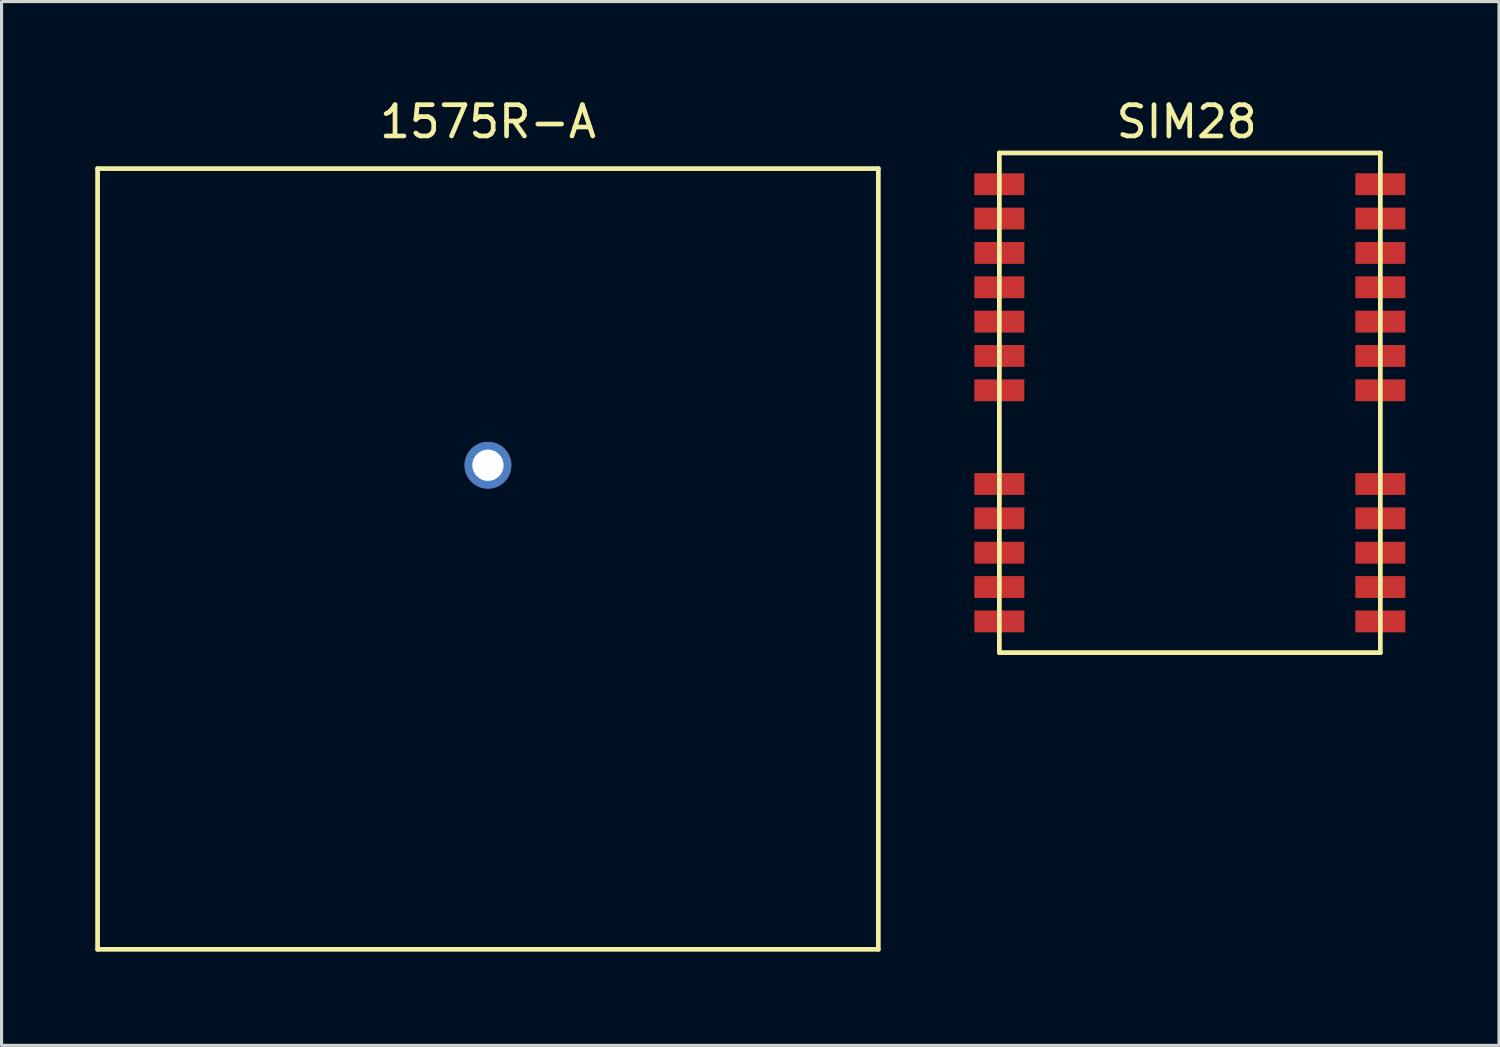
<source format=kicad_pcb>
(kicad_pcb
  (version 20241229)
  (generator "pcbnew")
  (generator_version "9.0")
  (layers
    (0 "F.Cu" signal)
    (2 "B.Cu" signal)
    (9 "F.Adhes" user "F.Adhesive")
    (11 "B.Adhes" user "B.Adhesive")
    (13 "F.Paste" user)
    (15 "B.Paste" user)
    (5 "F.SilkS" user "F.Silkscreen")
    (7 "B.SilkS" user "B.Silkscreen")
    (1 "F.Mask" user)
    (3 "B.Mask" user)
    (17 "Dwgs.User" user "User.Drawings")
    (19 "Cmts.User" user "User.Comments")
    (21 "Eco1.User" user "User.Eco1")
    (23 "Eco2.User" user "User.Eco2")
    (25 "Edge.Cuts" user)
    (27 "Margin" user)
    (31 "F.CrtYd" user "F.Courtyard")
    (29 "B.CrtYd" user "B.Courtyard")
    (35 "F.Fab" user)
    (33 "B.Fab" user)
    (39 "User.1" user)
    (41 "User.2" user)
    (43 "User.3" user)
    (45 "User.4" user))
  (footprint "SIM28"
    (layer "F.Cu")
    (at 28.95 2.848)
    (property "Reference" "SIM28" (at 6 -2 0) (layer "F.SilkS") (effects (font (size 1 1) (thickness 0.15))))
    (attr smd)
    (fp_line (start 0 -1) (end 0 15) (stroke (width 0.15) (type solid)) (layer "F.SilkS"))
    (fp_line (start 0 -1) (end 12.2 -1) (stroke (width 0.15) (type solid)) (layer "F.SilkS"))
    (fp_line (start 0 15) (end 12.2 15) (stroke (width 0.15) (type solid)) (layer "F.SilkS"))
    (fp_line (start 12.2 -1) (end 12.2 15) (stroke (width 0.15) (type solid)) (layer "F.SilkS"))
    (pad "1" smd rect (at 0 0) (size 1.6 0.7) (layers "F.Cu" "F.Mask" "F.Paste"))
    (pad "2" smd rect (at 0 1.1) (size 1.6 0.7) (layers "F.Cu" "F.Mask" "F.Paste"))
    (pad "3" smd rect (at 0 2.2) (size 1.6 0.7) (layers "F.Cu" "F.Mask" "F.Paste"))
    (pad "4" smd rect (at 0 3.3) (size 1.6 0.7) (layers "F.Cu" "F.Mask" "F.Paste"))
    (pad "5" smd rect (at 0 4.4) (size 1.6 0.7) (layers "F.Cu" "F.Mask" "F.Paste"))
    (pad "6" smd rect (at 0 5.5) (size 1.6 0.7) (layers "F.Cu" "F.Mask" "F.Paste"))
    (pad "7" smd rect (at 0 6.6) (size 1.6 0.7) (layers "F.Cu" "F.Mask" "F.Paste"))
    (pad "8" smd rect (at 0 9.6) (size 1.6 0.7) (layers "F.Cu" "F.Mask" "F.Paste"))
    (pad "9" smd rect (at 0 10.7) (size 1.6 0.7) (layers "F.Cu" "F.Mask" "F.Paste"))
    (pad "10" smd rect (at 0 11.8) (size 1.6 0.7) (layers "F.Cu" "F.Mask" "F.Paste"))
    (pad "11" smd rect (at 0 12.9) (size 1.6 0.7) (layers "F.Cu" "F.Mask" "F.Paste"))
    (pad "12" smd rect (at 0 14) (size 1.6 0.7) (layers "F.Cu" "F.Mask" "F.Paste"))
    (pad "13" smd rect (at 12.2 14) (size 1.6 0.7) (layers "F.Cu" "F.Mask" "F.Paste"))
    (pad "14" smd rect (at 12.2 12.9) (size 1.6 0.7) (layers "F.Cu" "F.Mask" "F.Paste"))
    (pad "15" smd rect (at 12.2 11.8) (size 1.6 0.7) (layers "F.Cu" "F.Mask" "F.Paste"))
    (pad "16" smd rect (at 12.2 10.7) (size 1.6 0.7) (layers "F.Cu" "F.Mask" "F.Paste"))
    (pad "17" smd rect (at 12.2 9.6) (size 1.6 0.7) (layers "F.Cu" "F.Mask" "F.Paste"))
    (pad "18" smd rect (at 12.2 6.6) (size 1.6 0.7) (layers "F.Cu" "F.Mask" "F.Paste"))
    (pad "19" smd rect (at 12.2 5.5) (size 1.6 0.7) (layers "F.Cu" "F.Mask" "F.Paste"))
    (pad "20" smd rect (at 12.2 4.4) (size 1.6 0.7) (layers "F.Cu" "F.Mask" "F.Paste"))
    (pad "21" smd rect (at 12.2 3.3) (size 1.6 0.7) (layers "F.Cu" "F.Mask" "F.Paste"))
    (pad "22" smd rect (at 12.2 2.2) (size 1.6 0.7) (layers "F.Cu" "F.Mask" "F.Paste"))
    (pad "23" smd rect (at 12.2 1.1) (size 1.6 0.7) (layers "F.Cu" "F.Mask" "F.Paste"))
    (pad "24" smd rect (at 12.2 0) (size 1.6 0.7) (layers "F.Cu" "F.Mask" "F.Paste")))
  (footprint "1575R-A"
    (layer "F.Cu")
    (at 12.575 11.848)
    (property "Reference" "1575R-A" (at 0 -11 0) (layer "F.SilkS") (effects (font (size 1 1) (thickness 0.15))))
    (attr through_hole)
    (fp_line (start -12.5 -9.5) (end -12.5 15.5) (stroke (width 0.15) (type solid)) (layer "F.SilkS"))
    (fp_line (start -12.5 -9.5) (end 12.5 -9.5) (stroke (width 0.15) (type solid)) (layer "F.SilkS"))
    (fp_line (start -12.5 15.5) (end 12.5 15.5) (stroke (width 0.15) (type solid)) (layer "F.SilkS"))
    (fp_line (start 12.5 -9.5) (end 12.5 15.5) (stroke (width 0.15) (type solid)) (layer "F.SilkS"))
    (pad "1" thru_hole circle (at 0 0) (size 1.5 1.5) (drill 1) (layers "*.Cu" "*.Mask")))
  (gr_rect
    (start -3 -3)
    (end 44.95 30.423)
    (stroke (width 0.1) (type default))
    (fill no)
    (layer "Edge.Cuts")))
</source>
